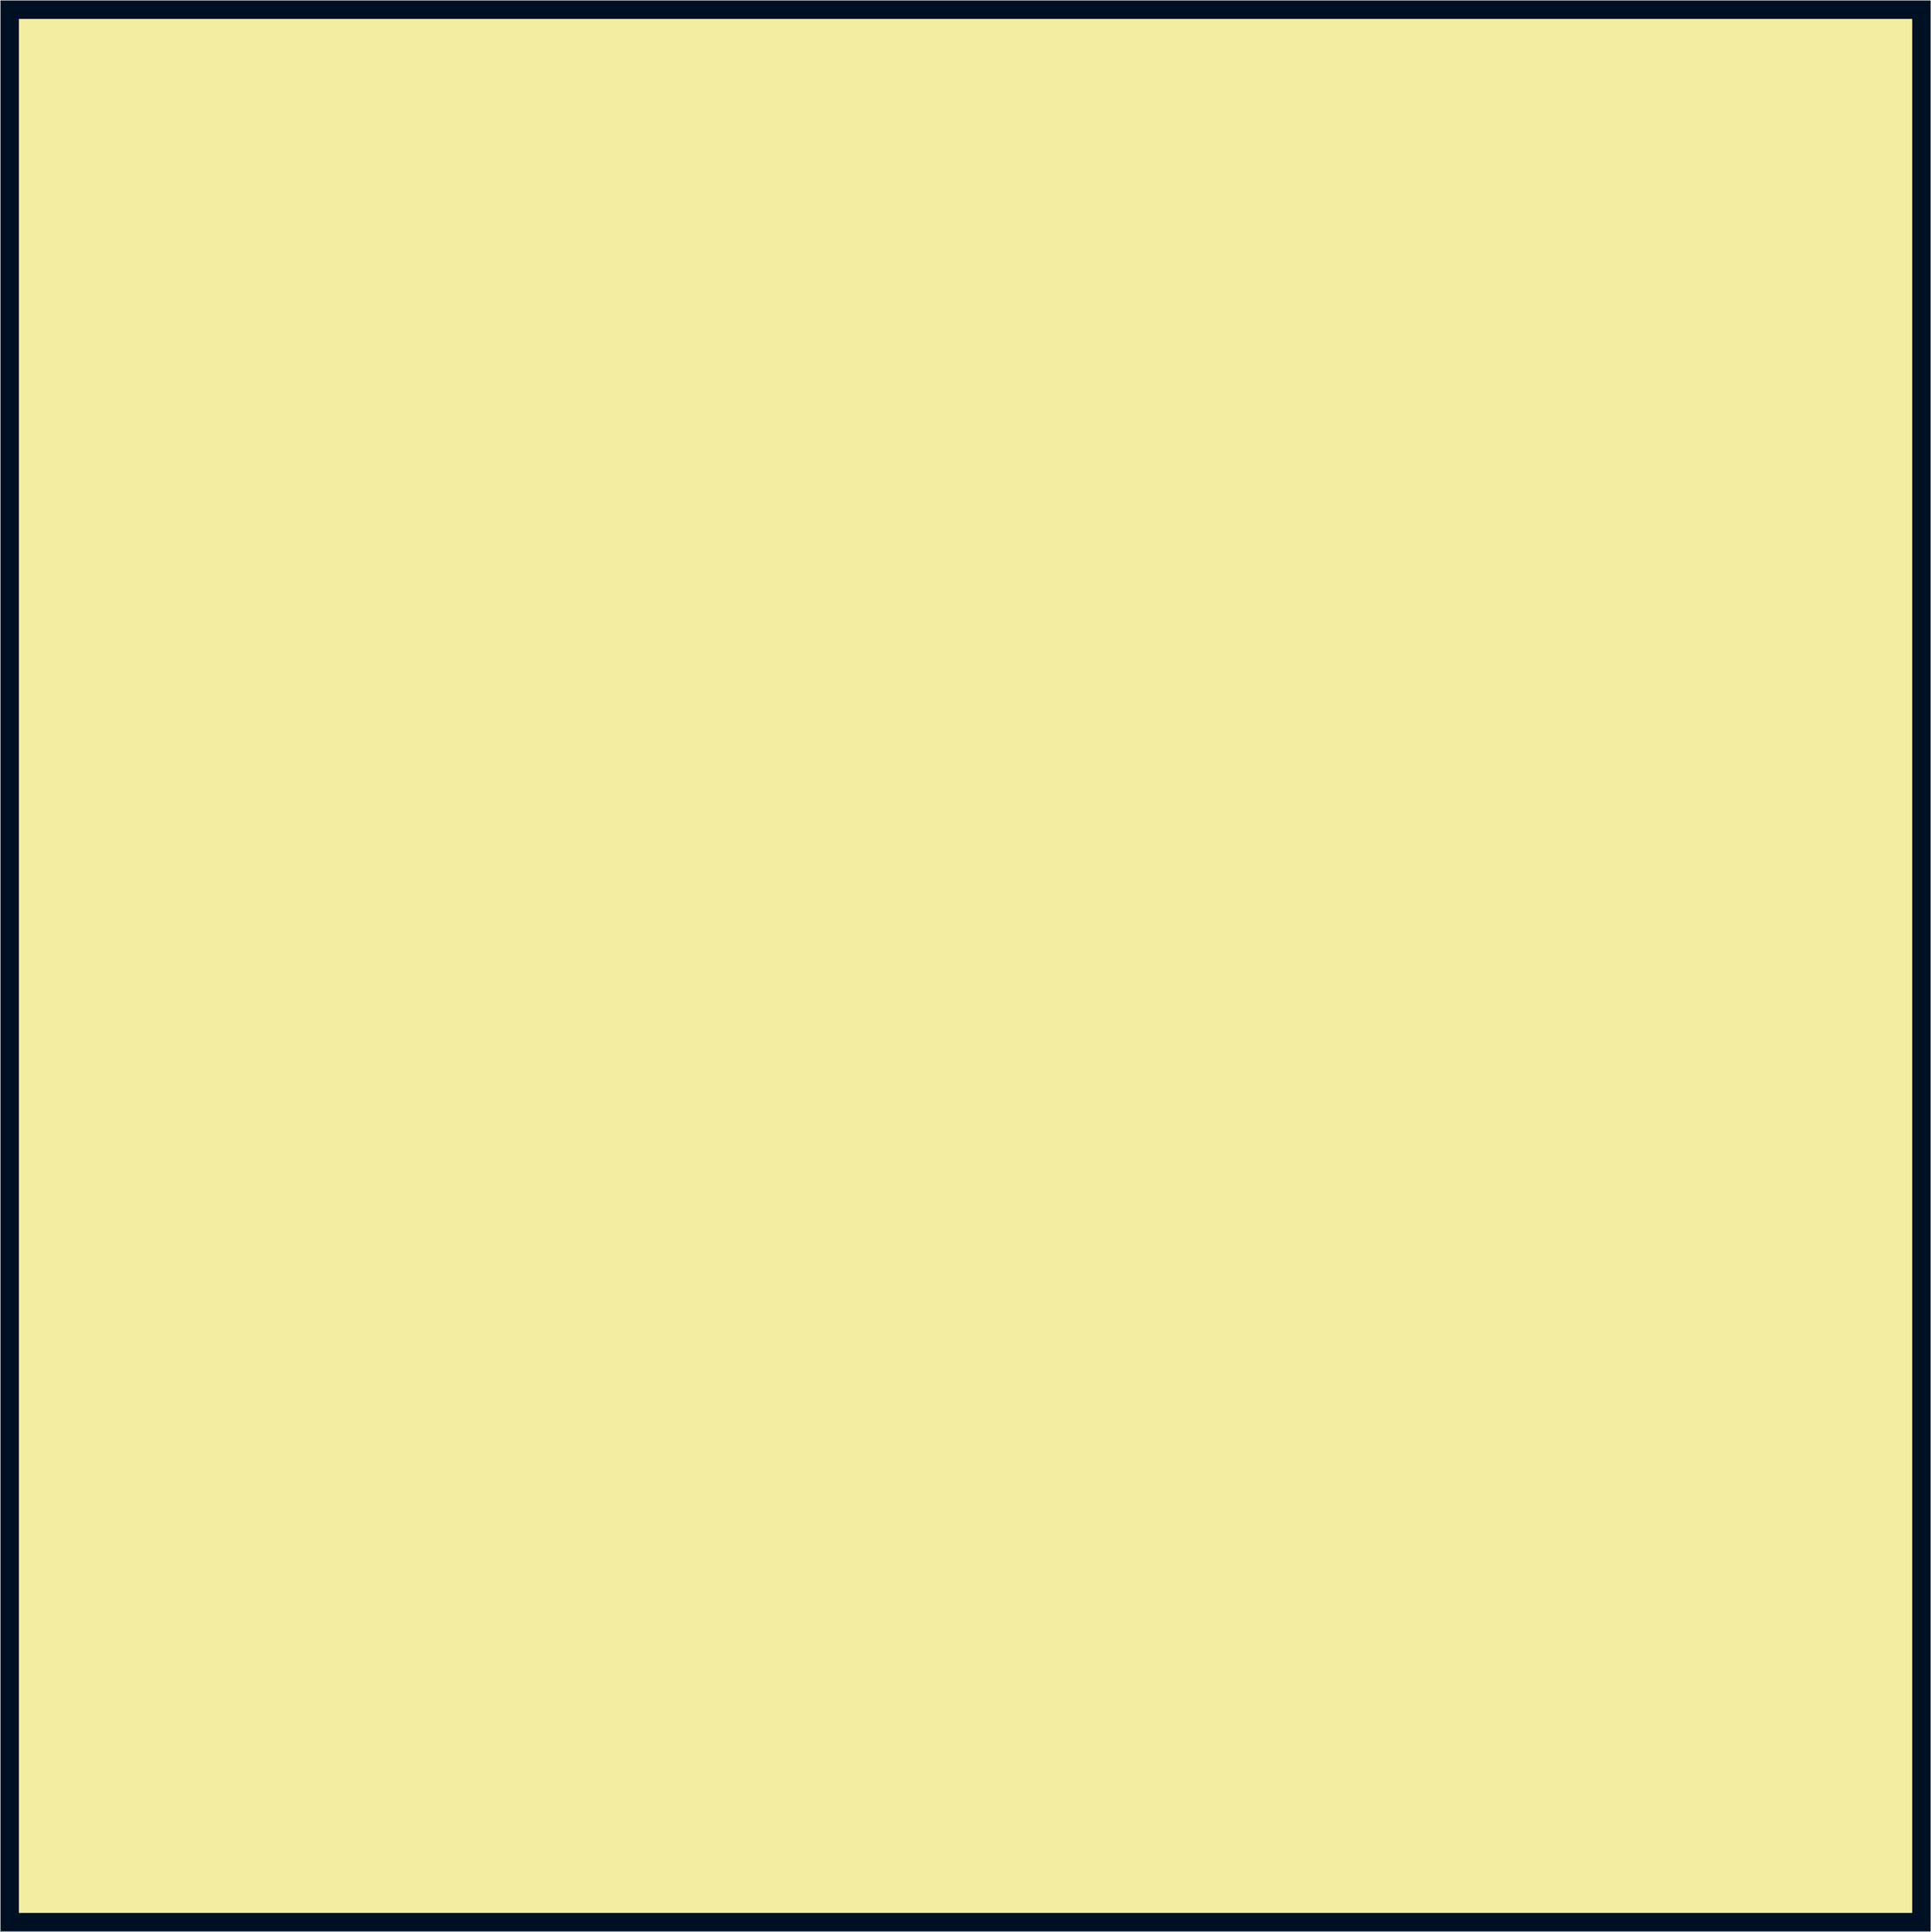
<source format=kicad_pcb>
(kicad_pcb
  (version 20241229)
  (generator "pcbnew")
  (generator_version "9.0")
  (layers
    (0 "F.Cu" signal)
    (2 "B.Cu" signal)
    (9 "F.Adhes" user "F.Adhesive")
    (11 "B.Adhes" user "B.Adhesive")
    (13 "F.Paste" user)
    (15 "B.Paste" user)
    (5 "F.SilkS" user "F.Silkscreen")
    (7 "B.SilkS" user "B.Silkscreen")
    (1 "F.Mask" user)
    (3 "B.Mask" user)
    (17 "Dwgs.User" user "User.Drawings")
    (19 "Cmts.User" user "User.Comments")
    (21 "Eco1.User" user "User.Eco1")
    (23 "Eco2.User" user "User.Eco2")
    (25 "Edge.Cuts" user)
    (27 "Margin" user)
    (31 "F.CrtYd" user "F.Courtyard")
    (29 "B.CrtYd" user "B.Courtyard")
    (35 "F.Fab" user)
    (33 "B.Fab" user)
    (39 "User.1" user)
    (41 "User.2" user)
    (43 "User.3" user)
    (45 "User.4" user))
  (footprint "LOGO"
    (layer "F.Cu")
    (at 152.71 152.71)
    (property "Reference" "LOGO" (at 0 0 0) (layer "F.SilkS") (effects (font (size 1.524 1.524) (thickness 0.3))))
    (attr through_hole)
    (fp_poly (pts (xy 152.705 152.705) (xy -152.705 152.705) (xy -152.705 -152.705) (xy 152.705 -152.705) (xy 152.705 152.705)) (stroke (width 0.01) (type solid)) (fill yes) (layer "F.SilkS")))
  (gr_rect
    (start -3 -3)
    (end 308.421 308.421)
    (stroke (width 0.1) (type default))
    (fill no)
    (layer "Edge.Cuts")))
</source>
